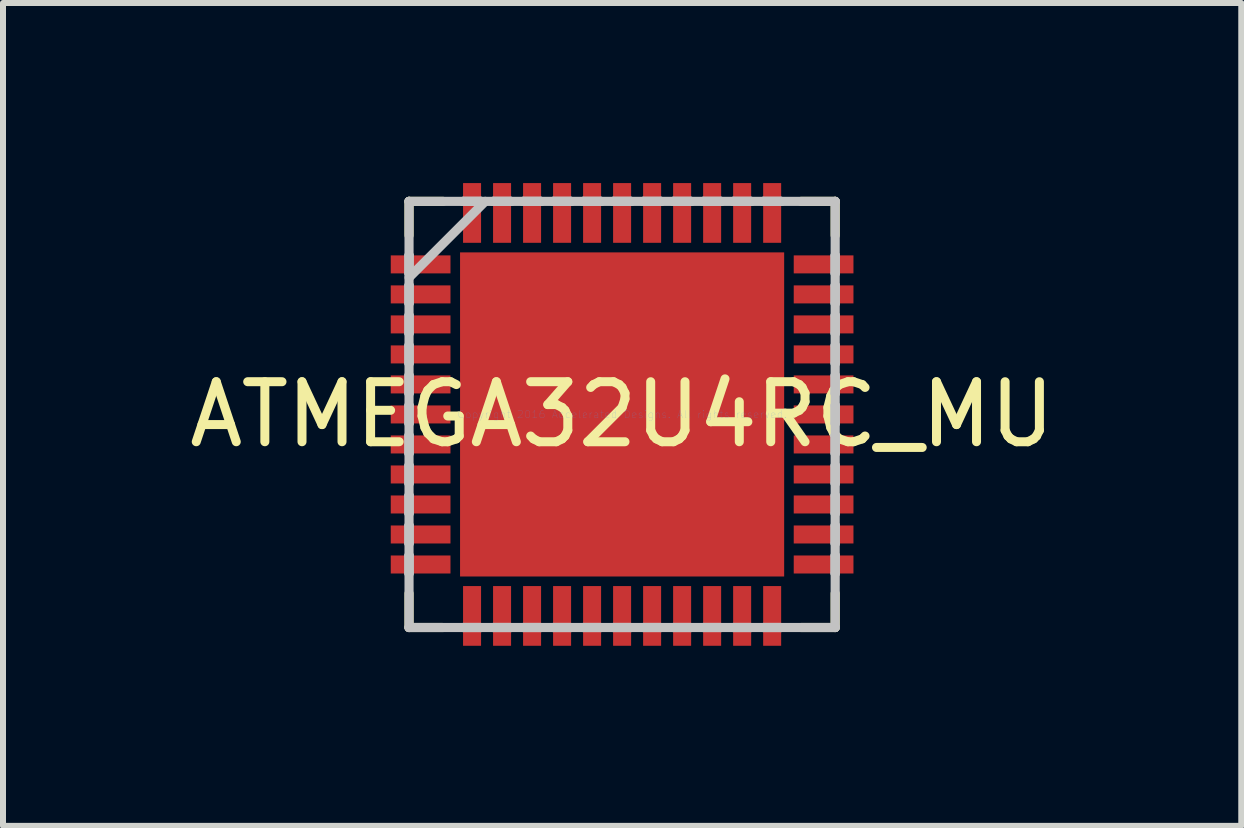
<source format=kicad_pcb>
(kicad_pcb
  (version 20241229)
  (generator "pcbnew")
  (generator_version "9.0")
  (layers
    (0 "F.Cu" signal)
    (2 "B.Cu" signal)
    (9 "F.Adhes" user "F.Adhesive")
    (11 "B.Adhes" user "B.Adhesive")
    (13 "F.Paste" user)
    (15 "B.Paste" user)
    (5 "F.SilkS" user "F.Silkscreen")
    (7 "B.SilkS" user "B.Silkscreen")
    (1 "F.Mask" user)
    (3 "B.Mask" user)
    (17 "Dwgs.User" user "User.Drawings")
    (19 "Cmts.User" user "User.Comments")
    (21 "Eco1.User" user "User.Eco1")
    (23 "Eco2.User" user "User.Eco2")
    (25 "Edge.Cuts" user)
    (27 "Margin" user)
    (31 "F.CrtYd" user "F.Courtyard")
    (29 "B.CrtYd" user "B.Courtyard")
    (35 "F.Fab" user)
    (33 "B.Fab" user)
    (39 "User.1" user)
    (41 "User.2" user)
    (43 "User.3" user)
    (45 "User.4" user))
  (footprint "ATMEGA32U4RC_MU"
    (layer "F.Cu")
    (at 7.315 3.855)
    (property "Reference" "ATMEGA32U4RC_MU" (at 0 0 0) (layer "F.SilkS") (effects (font (size 1 1) (thickness 0.15))))
    (attr through_hole)
    (fp_line (start -3.55 -3.55) (end -3.55 -2.983) (stroke (width 0.152) (type solid)) (layer "F.SilkS"))
    (fp_line (start -3.55 2.983) (end -3.55 3.55) (stroke (width 0.152) (type solid)) (layer "F.SilkS"))
    (fp_line (start -3.55 3.55) (end -2.983 3.55) (stroke (width 0.152) (type solid)) (layer "F.SilkS"))
    (fp_line (start -2.983 -3.55) (end -3.55 -3.55) (stroke (width 0.152) (type solid)) (layer "F.SilkS"))
    (fp_line (start 2.983 3.55) (end 3.55 3.55) (stroke (width 0.152) (type solid)) (layer "F.SilkS"))
    (fp_line (start 3.55 -3.55) (end 2.983 -3.55) (stroke (width 0.152) (type solid)) (layer "F.SilkS"))
    (fp_line (start 3.55 -2.983) (end 3.55 -3.55) (stroke (width 0.152) (type solid)) (layer "F.SilkS"))
    (fp_line (start 3.55 3.55) (end 3.55 2.983) (stroke (width 0.152) (type solid)) (layer "F.SilkS"))
    (fp_line (start -3.55 -3.55) (end -3.55 -3.55) (stroke (width 0.152) (type solid)) (layer "Dwgs.User"))
    (fp_line (start -3.55 -3.55) (end -3.55 3.55) (stroke (width 0.152) (type solid)) (layer "Dwgs.User"))
    (fp_line (start -3.55 -2.65) (end -3.55 -2.65) (stroke (width 0.152) (type solid)) (layer "Dwgs.User"))
    (fp_line (start -3.55 -2.65) (end -3.55 -2.35) (stroke (width 0.152) (type solid)) (layer "Dwgs.User"))
    (fp_line (start -3.55 -2.35) (end -3.55 -2.65) (stroke (width 0.152) (type solid)) (layer "Dwgs.User"))
    (fp_line (start -3.55 -2.35) (end -3.55 -2.35) (stroke (width 0.152) (type solid)) (layer "Dwgs.User"))
    (fp_line (start -3.55 -2.28) (end -2.28 -3.55) (stroke (width 0.152) (type solid)) (layer "Dwgs.User"))
    (fp_line (start -3.55 -2.15) (end -3.55 -2.15) (stroke (width 0.152) (type solid)) (layer "Dwgs.User"))
    (fp_line (start -3.55 -2.15) (end -3.55 -1.85) (stroke (width 0.152) (type solid)) (layer "Dwgs.User"))
    (fp_line (start -3.55 -1.85) (end -3.55 -2.15) (stroke (width 0.152) (type solid)) (layer "Dwgs.User"))
    (fp_line (start -3.55 -1.85) (end -3.55 -1.85) (stroke (width 0.152) (type solid)) (layer "Dwgs.User"))
    (fp_line (start -3.55 -1.65) (end -3.55 -1.65) (stroke (width 0.152) (type solid)) (layer "Dwgs.User"))
    (fp_line (start -3.55 -1.65) (end -3.55 -1.35) (stroke (width 0.152) (type solid)) (layer "Dwgs.User"))
    (fp_line (start -3.55 -1.35) (end -3.55 -1.65) (stroke (width 0.152) (type solid)) (layer "Dwgs.User"))
    (fp_line (start -3.55 -1.35) (end -3.55 -1.35) (stroke (width 0.152) (type solid)) (layer "Dwgs.User"))
    (fp_line (start -3.55 -1.15) (end -3.55 -1.15) (stroke (width 0.152) (type solid)) (layer "Dwgs.User"))
    (fp_line (start -3.55 -1.15) (end -3.55 -0.85) (stroke (width 0.152) (type solid)) (layer "Dwgs.User"))
    (fp_line (start -3.55 -0.85) (end -3.55 -1.15) (stroke (width 0.152) (type solid)) (layer "Dwgs.User"))
    (fp_line (start -3.55 -0.85) (end -3.55 -0.85) (stroke (width 0.152) (type solid)) (layer "Dwgs.User"))
    (fp_line (start -3.55 -0.65) (end -3.55 -0.65) (stroke (width 0.152) (type solid)) (layer "Dwgs.User"))
    (fp_line (start -3.55 -0.65) (end -3.55 -0.35) (stroke (width 0.152) (type solid)) (layer "Dwgs.User"))
    (fp_line (start -3.55 -0.35) (end -3.55 -0.65) (stroke (width 0.152) (type solid)) (layer "Dwgs.User"))
    (fp_line (start -3.55 -0.35) (end -3.55 -0.35) (stroke (width 0.152) (type solid)) (layer "Dwgs.User"))
    (fp_line (start -3.55 -0.15) (end -3.55 -0.15) (stroke (width 0.152) (type solid)) (layer "Dwgs.User"))
    (fp_line (start -3.55 -0.15) (end -3.55 0.15) (stroke (width 0.152) (type solid)) (layer "Dwgs.User"))
    (fp_line (start -3.55 0.15) (end -3.55 -0.15) (stroke (width 0.152) (type solid)) (layer "Dwgs.User"))
    (fp_line (start -3.55 0.15) (end -3.55 0.15) (stroke (width 0.152) (type solid)) (layer "Dwgs.User"))
    (fp_line (start -3.55 0.35) (end -3.55 0.35) (stroke (width 0.152) (type solid)) (layer "Dwgs.User"))
    (fp_line (start -3.55 0.35) (end -3.55 0.65) (stroke (width 0.152) (type solid)) (layer "Dwgs.User"))
    (fp_line (start -3.55 0.65) (end -3.55 0.35) (stroke (width 0.152) (type solid)) (layer "Dwgs.User"))
    (fp_line (start -3.55 0.65) (end -3.55 0.65) (stroke (width 0.152) (type solid)) (layer "Dwgs.User"))
    (fp_line (start -3.55 0.85) (end -3.55 0.85) (stroke (width 0.152) (type solid)) (layer "Dwgs.User"))
    (fp_line (start -3.55 0.85) (end -3.55 1.15) (stroke (width 0.152) (type solid)) (layer "Dwgs.User"))
    (fp_line (start -3.55 1.15) (end -3.55 0.85) (stroke (width 0.152) (type solid)) (layer "Dwgs.User"))
    (fp_line (start -3.55 1.15) (end -3.55 1.15) (stroke (width 0.152) (type solid)) (layer "Dwgs.User"))
    (fp_line (start -3.55 1.35) (end -3.55 1.35) (stroke (width 0.152) (type solid)) (layer "Dwgs.User"))
    (fp_line (start -3.55 1.35) (end -3.55 1.65) (stroke (width 0.152) (type solid)) (layer "Dwgs.User"))
    (fp_line (start -3.55 1.65) (end -3.55 1.35) (stroke (width 0.152) (type solid)) (layer "Dwgs.User"))
    (fp_line (start -3.55 1.65) (end -3.55 1.65) (stroke (width 0.152) (type solid)) (layer "Dwgs.User"))
    (fp_line (start -3.55 1.85) (end -3.55 1.85) (stroke (width 0.152) (type solid)) (layer "Dwgs.User"))
    (fp_line (start -3.55 1.85) (end -3.55 2.15) (stroke (width 0.152) (type solid)) (layer "Dwgs.User"))
    (fp_line (start -3.55 2.15) (end -3.55 1.85) (stroke (width 0.152) (type solid)) (layer "Dwgs.User"))
    (fp_line (start -3.55 2.15) (end -3.55 2.15) (stroke (width 0.152) (type solid)) (layer "Dwgs.User"))
    (fp_line (start -3.55 2.35) (end -3.55 2.35) (stroke (width 0.152) (type solid)) (layer "Dwgs.User"))
    (fp_line (start -3.55 2.35) (end -3.55 2.65) (stroke (width 0.152) (type solid)) (layer "Dwgs.User"))
    (fp_line (start -3.55 2.65) (end -3.55 2.35) (stroke (width 0.152) (type solid)) (layer "Dwgs.User"))
    (fp_line (start -3.55 2.65) (end -3.55 2.65) (stroke (width 0.152) (type solid)) (layer "Dwgs.User"))
    (fp_line (start -3.55 3.55) (end -3.55 3.55) (stroke (width 0.152) (type solid)) (layer "Dwgs.User"))
    (fp_line (start -3.55 3.55) (end 3.55 3.55) (stroke (width 0.152) (type solid)) (layer "Dwgs.User"))
    (fp_line (start -2.65 -3.55) (end -2.65 -3.55) (stroke (width 0.152) (type solid)) (layer "Dwgs.User"))
    (fp_line (start -2.65 -3.55) (end -2.35 -3.55) (stroke (width 0.152) (type solid)) (layer "Dwgs.User"))
    (fp_line (start -2.65 3.55) (end -2.65 3.55) (stroke (width 0.152) (type solid)) (layer "Dwgs.User"))
    (fp_line (start -2.65 3.55) (end -2.35 3.55) (stroke (width 0.152) (type solid)) (layer "Dwgs.User"))
    (fp_line (start -2.35 -3.55) (end -2.65 -3.55) (stroke (width 0.152) (type solid)) (layer "Dwgs.User"))
    (fp_line (start -2.35 -3.55) (end -2.35 -3.55) (stroke (width 0.152) (type solid)) (layer "Dwgs.User"))
    (fp_line (start -2.35 3.55) (end -2.65 3.55) (stroke (width 0.152) (type solid)) (layer "Dwgs.User"))
    (fp_line (start -2.35 3.55) (end -2.35 3.55) (stroke (width 0.152) (type solid)) (layer "Dwgs.User"))
    (fp_line (start -2.15 -3.55) (end -2.15 -3.55) (stroke (width 0.152) (type solid)) (layer "Dwgs.User"))
    (fp_line (start -2.15 -3.55) (end -1.85 -3.55) (stroke (width 0.152) (type solid)) (layer "Dwgs.User"))
    (fp_line (start -2.15 3.55) (end -2.15 3.55) (stroke (width 0.152) (type solid)) (layer "Dwgs.User"))
    (fp_line (start -2.15 3.55) (end -1.85 3.55) (stroke (width 0.152) (type solid)) (layer "Dwgs.User"))
    (fp_line (start -1.85 -3.55) (end -2.15 -3.55) (stroke (width 0.152) (type solid)) (layer "Dwgs.User"))
    (fp_line (start -1.85 -3.55) (end -1.85 -3.55) (stroke (width 0.152) (type solid)) (layer "Dwgs.User"))
    (fp_line (start -1.85 3.55) (end -2.15 3.55) (stroke (width 0.152) (type solid)) (layer "Dwgs.User"))
    (fp_line (start -1.85 3.55) (end -1.85 3.55) (stroke (width 0.152) (type solid)) (layer "Dwgs.User"))
    (fp_line (start -1.65 -3.55) (end -1.65 -3.55) (stroke (width 0.152) (type solid)) (layer "Dwgs.User"))
    (fp_line (start -1.65 -3.55) (end -1.35 -3.55) (stroke (width 0.152) (type solid)) (layer "Dwgs.User"))
    (fp_line (start -1.65 3.55) (end -1.65 3.55) (stroke (width 0.152) (type solid)) (layer "Dwgs.User"))
    (fp_line (start -1.65 3.55) (end -1.35 3.55) (stroke (width 0.152) (type solid)) (layer "Dwgs.User"))
    (fp_line (start -1.35 -3.55) (end -1.65 -3.55) (stroke (width 0.152) (type solid)) (layer "Dwgs.User"))
    (fp_line (start -1.35 -3.55) (end -1.35 -3.55) (stroke (width 0.152) (type solid)) (layer "Dwgs.User"))
    (fp_line (start -1.35 3.55) (end -1.65 3.55) (stroke (width 0.152) (type solid)) (layer "Dwgs.User"))
    (fp_line (start -1.35 3.55) (end -1.35 3.55) (stroke (width 0.152) (type solid)) (layer "Dwgs.User"))
    (fp_line (start -1.15 -3.55) (end -1.15 -3.55) (stroke (width 0.152) (type solid)) (layer "Dwgs.User"))
    (fp_line (start -1.15 -3.55) (end -0.85 -3.55) (stroke (width 0.152) (type solid)) (layer "Dwgs.User"))
    (fp_line (start -1.15 3.55) (end -1.15 3.55) (stroke (width 0.152) (type solid)) (layer "Dwgs.User"))
    (fp_line (start -1.15 3.55) (end -0.85 3.55) (stroke (width 0.152) (type solid)) (layer "Dwgs.User"))
    (fp_line (start -0.85 -3.55) (end -1.15 -3.55) (stroke (width 0.152) (type solid)) (layer "Dwgs.User"))
    (fp_line (start -0.85 -3.55) (end -0.85 -3.55) (stroke (width 0.152) (type solid)) (layer "Dwgs.User"))
    (fp_line (start -0.85 3.55) (end -1.15 3.55) (stroke (width 0.152) (type solid)) (layer "Dwgs.User"))
    (fp_line (start -0.85 3.55) (end -0.85 3.55) (stroke (width 0.152) (type solid)) (layer "Dwgs.User"))
    (fp_line (start -0.65 -3.55) (end -0.65 -3.55) (stroke (width 0.152) (type solid)) (layer "Dwgs.User"))
    (fp_line (start -0.65 -3.55) (end -0.35 -3.55) (stroke (width 0.152) (type solid)) (layer "Dwgs.User"))
    (fp_line (start -0.65 3.55) (end -0.65 3.55) (stroke (width 0.152) (type solid)) (layer "Dwgs.User"))
    (fp_line (start -0.65 3.55) (end -0.35 3.55) (stroke (width 0.152) (type solid)) (layer "Dwgs.User"))
    (fp_line (start -0.35 -3.55) (end -0.65 -3.55) (stroke (width 0.152) (type solid)) (layer "Dwgs.User"))
    (fp_line (start -0.35 -3.55) (end -0.35 -3.55) (stroke (width 0.152) (type solid)) (layer "Dwgs.User"))
    (fp_line (start -0.35 3.55) (end -0.65 3.55) (stroke (width 0.152) (type solid)) (layer "Dwgs.User"))
    (fp_line (start -0.35 3.55) (end -0.35 3.55) (stroke (width 0.152) (type solid)) (layer "Dwgs.User"))
    (fp_line (start -0.15 -3.55) (end -0.15 -3.55) (stroke (width 0.152) (type solid)) (layer "Dwgs.User"))
    (fp_line (start -0.15 -3.55) (end 0.15 -3.55) (stroke (width 0.152) (type solid)) (layer "Dwgs.User"))
    (fp_line (start -0.15 3.55) (end -0.15 3.55) (stroke (width 0.152) (type solid)) (layer "Dwgs.User"))
    (fp_line (start -0.15 3.55) (end 0.15 3.55) (stroke (width 0.152) (type solid)) (layer "Dwgs.User"))
    (fp_line (start 0.15 -3.55) (end -0.15 -3.55) (stroke (width 0.152) (type solid)) (layer "Dwgs.User"))
    (fp_line (start 0.15 -3.55) (end 0.15 -3.55) (stroke (width 0.152) (type solid)) (layer "Dwgs.User"))
    (fp_line (start 0.15 3.55) (end -0.15 3.55) (stroke (width 0.152) (type solid)) (layer "Dwgs.User"))
    (fp_line (start 0.15 3.55) (end 0.15 3.55) (stroke (width 0.152) (type solid)) (layer "Dwgs.User"))
    (fp_line (start 0.35 -3.55) (end 0.35 -3.55) (stroke (width 0.152) (type solid)) (layer "Dwgs.User"))
    (fp_line (start 0.35 -3.55) (end 0.65 -3.55) (stroke (width 0.152) (type solid)) (layer "Dwgs.User"))
    (fp_line (start 0.35 3.55) (end 0.35 3.55) (stroke (width 0.152) (type solid)) (layer "Dwgs.User"))
    (fp_line (start 0.35 3.55) (end 0.65 3.55) (stroke (width 0.152) (type solid)) (layer "Dwgs.User"))
    (fp_line (start 0.65 -3.55) (end 0.35 -3.55) (stroke (width 0.152) (type solid)) (layer "Dwgs.User"))
    (fp_line (start 0.65 -3.55) (end 0.65 -3.55) (stroke (width 0.152) (type solid)) (layer "Dwgs.User"))
    (fp_line (start 0.65 3.55) (end 0.35 3.55) (stroke (width 0.152) (type solid)) (layer "Dwgs.User"))
    (fp_line (start 0.65 3.55) (end 0.65 3.55) (stroke (width 0.152) (type solid)) (layer "Dwgs.User"))
    (fp_line (start 0.85 -3.55) (end 0.85 -3.55) (stroke (width 0.152) (type solid)) (layer "Dwgs.User"))
    (fp_line (start 0.85 -3.55) (end 1.15 -3.55) (stroke (width 0.152) (type solid)) (layer "Dwgs.User"))
    (fp_line (start 0.85 3.55) (end 0.85 3.55) (stroke (width 0.152) (type solid)) (layer "Dwgs.User"))
    (fp_line (start 0.85 3.55) (end 1.15 3.55) (stroke (width 0.152) (type solid)) (layer "Dwgs.User"))
    (fp_line (start 1.15 -3.55) (end 0.85 -3.55) (stroke (width 0.152) (type solid)) (layer "Dwgs.User"))
    (fp_line (start 1.15 -3.55) (end 1.15 -3.55) (stroke (width 0.152) (type solid)) (layer "Dwgs.User"))
    (fp_line (start 1.15 3.55) (end 0.85 3.55) (stroke (width 0.152) (type solid)) (layer "Dwgs.User"))
    (fp_line (start 1.15 3.55) (end 1.15 3.55) (stroke (width 0.152) (type solid)) (layer "Dwgs.User"))
    (fp_line (start 1.35 -3.55) (end 1.35 -3.55) (stroke (width 0.152) (type solid)) (layer "Dwgs.User"))
    (fp_line (start 1.35 -3.55) (end 1.65 -3.55) (stroke (width 0.152) (type solid)) (layer "Dwgs.User"))
    (fp_line (start 1.35 3.55) (end 1.35 3.55) (stroke (width 0.152) (type solid)) (layer "Dwgs.User"))
    (fp_line (start 1.35 3.55) (end 1.65 3.55) (stroke (width 0.152) (type solid)) (layer "Dwgs.User"))
    (fp_line (start 1.65 -3.55) (end 1.35 -3.55) (stroke (width 0.152) (type solid)) (layer "Dwgs.User"))
    (fp_line (start 1.65 -3.55) (end 1.65 -3.55) (stroke (width 0.152) (type solid)) (layer "Dwgs.User"))
    (fp_line (start 1.65 3.55) (end 1.35 3.55) (stroke (width 0.152) (type solid)) (layer "Dwgs.User"))
    (fp_line (start 1.65 3.55) (end 1.65 3.55) (stroke (width 0.152) (type solid)) (layer "Dwgs.User"))
    (fp_line (start 1.85 -3.55) (end 1.85 -3.55) (stroke (width 0.152) (type solid)) (layer "Dwgs.User"))
    (fp_line (start 1.85 -3.55) (end 2.15 -3.55) (stroke (width 0.152) (type solid)) (layer "Dwgs.User"))
    (fp_line (start 1.85 3.55) (end 1.85 3.55) (stroke (width 0.152) (type solid)) (layer "Dwgs.User"))
    (fp_line (start 1.85 3.55) (end 2.15 3.55) (stroke (width 0.152) (type solid)) (layer "Dwgs.User"))
    (fp_line (start 2.15 -3.55) (end 1.85 -3.55) (stroke (width 0.152) (type solid)) (layer "Dwgs.User"))
    (fp_line (start 2.15 -3.55) (end 2.15 -3.55) (stroke (width 0.152) (type solid)) (layer "Dwgs.User"))
    (fp_line (start 2.15 3.55) (end 1.85 3.55) (stroke (width 0.152) (type solid)) (layer "Dwgs.User"))
    (fp_line (start 2.15 3.55) (end 2.15 3.55) (stroke (width 0.152) (type solid)) (layer "Dwgs.User"))
    (fp_line (start 2.35 -3.55) (end 2.35 -3.55) (stroke (width 0.152) (type solid)) (layer "Dwgs.User"))
    (fp_line (start 2.35 -3.55) (end 2.65 -3.55) (stroke (width 0.152) (type solid)) (layer "Dwgs.User"))
    (fp_line (start 2.35 3.55) (end 2.35 3.55) (stroke (width 0.152) (type solid)) (layer "Dwgs.User"))
    (fp_line (start 2.35 3.55) (end 2.65 3.55) (stroke (width 0.152) (type solid)) (layer "Dwgs.User"))
    (fp_line (start 2.65 -3.55) (end 2.35 -3.55) (stroke (width 0.152) (type solid)) (layer "Dwgs.User"))
    (fp_line (start 2.65 -3.55) (end 2.65 -3.55) (stroke (width 0.152) (type solid)) (layer "Dwgs.User"))
    (fp_line (start 2.65 3.55) (end 2.35 3.55) (stroke (width 0.152) (type solid)) (layer "Dwgs.User"))
    (fp_line (start 2.65 3.55) (end 2.65 3.55) (stroke (width 0.152) (type solid)) (layer "Dwgs.User"))
    (fp_line (start 3.55 -3.55) (end -3.55 -3.55) (stroke (width 0.152) (type solid)) (layer "Dwgs.User"))
    (fp_line (start 3.55 -3.55) (end 3.55 -3.55) (stroke (width 0.152) (type solid)) (layer "Dwgs.User"))
    (fp_line (start 3.55 -2.65) (end 3.55 -2.65) (stroke (width 0.152) (type solid)) (layer "Dwgs.User"))
    (fp_line (start 3.55 -2.65) (end 3.55 -2.35) (stroke (width 0.152) (type solid)) (layer "Dwgs.User"))
    (fp_line (start 3.55 -2.35) (end 3.55 -2.65) (stroke (width 0.152) (type solid)) (layer "Dwgs.User"))
    (fp_line (start 3.55 -2.35) (end 3.55 -2.35) (stroke (width 0.152) (type solid)) (layer "Dwgs.User"))
    (fp_line (start 3.55 -2.15) (end 3.55 -2.15) (stroke (width 0.152) (type solid)) (layer "Dwgs.User"))
    (fp_line (start 3.55 -2.15) (end 3.55 -1.85) (stroke (width 0.152) (type solid)) (layer "Dwgs.User"))
    (fp_line (start 3.55 -1.85) (end 3.55 -2.15) (stroke (width 0.152) (type solid)) (layer "Dwgs.User"))
    (fp_line (start 3.55 -1.85) (end 3.55 -1.85) (stroke (width 0.152) (type solid)) (layer "Dwgs.User"))
    (fp_line (start 3.55 -1.65) (end 3.55 -1.65) (stroke (width 0.152) (type solid)) (layer "Dwgs.User"))
    (fp_line (start 3.55 -1.65) (end 3.55 -1.35) (stroke (width 0.152) (type solid)) (layer "Dwgs.User"))
    (fp_line (start 3.55 -1.35) (end 3.55 -1.65) (stroke (width 0.152) (type solid)) (layer "Dwgs.User"))
    (fp_line (start 3.55 -1.35) (end 3.55 -1.35) (stroke (width 0.152) (type solid)) (layer "Dwgs.User"))
    (fp_line (start 3.55 -1.15) (end 3.55 -1.15) (stroke (width 0.152) (type solid)) (layer "Dwgs.User"))
    (fp_line (start 3.55 -1.15) (end 3.55 -0.85) (stroke (width 0.152) (type solid)) (layer "Dwgs.User"))
    (fp_line (start 3.55 -0.85) (end 3.55 -1.15) (stroke (width 0.152) (type solid)) (layer "Dwgs.User"))
    (fp_line (start 3.55 -0.85) (end 3.55 -0.85) (stroke (width 0.152) (type solid)) (layer "Dwgs.User"))
    (fp_line (start 3.55 -0.65) (end 3.55 -0.65) (stroke (width 0.152) (type solid)) (layer "Dwgs.User"))
    (fp_line (start 3.55 -0.65) (end 3.55 -0.35) (stroke (width 0.152) (type solid)) (layer "Dwgs.User"))
    (fp_line (start 3.55 -0.35) (end 3.55 -0.65) (stroke (width 0.152) (type solid)) (layer "Dwgs.User"))
    (fp_line (start 3.55 -0.35) (end 3.55 -0.35) (stroke (width 0.152) (type solid)) (layer "Dwgs.User"))
    (fp_line (start 3.55 -0.15) (end 3.55 -0.15) (stroke (width 0.152) (type solid)) (layer "Dwgs.User"))
    (fp_line (start 3.55 -0.15) (end 3.55 0.15) (stroke (width 0.152) (type solid)) (layer "Dwgs.User"))
    (fp_line (start 3.55 0.15) (end 3.55 -0.15) (stroke (width 0.152) (type solid)) (layer "Dwgs.User"))
    (fp_line (start 3.55 0.15) (end 3.55 0.15) (stroke (width 0.152) (type solid)) (layer "Dwgs.User"))
    (fp_line (start 3.55 0.35) (end 3.55 0.35) (stroke (width 0.152) (type solid)) (layer "Dwgs.User"))
    (fp_line (start 3.55 0.35) (end 3.55 0.65) (stroke (width 0.152) (type solid)) (layer "Dwgs.User"))
    (fp_line (start 3.55 0.65) (end 3.55 0.35) (stroke (width 0.152) (type solid)) (layer "Dwgs.User"))
    (fp_line (start 3.55 0.65) (end 3.55 0.65) (stroke (width 0.152) (type solid)) (layer "Dwgs.User"))
    (fp_line (start 3.55 0.85) (end 3.55 0.85) (stroke (width 0.152) (type solid)) (layer "Dwgs.User"))
    (fp_line (start 3.55 0.85) (end 3.55 1.15) (stroke (width 0.152) (type solid)) (layer "Dwgs.User"))
    (fp_line (start 3.55 1.15) (end 3.55 0.85) (stroke (width 0.152) (type solid)) (layer "Dwgs.User"))
    (fp_line (start 3.55 1.15) (end 3.55 1.15) (stroke (width 0.152) (type solid)) (layer "Dwgs.User"))
    (fp_line (start 3.55 1.35) (end 3.55 1.35) (stroke (width 0.152) (type solid)) (layer "Dwgs.User"))
    (fp_line (start 3.55 1.35) (end 3.55 1.65) (stroke (width 0.152) (type solid)) (layer "Dwgs.User"))
    (fp_line (start 3.55 1.65) (end 3.55 1.35) (stroke (width 0.152) (type solid)) (layer "Dwgs.User"))
    (fp_line (start 3.55 1.65) (end 3.55 1.65) (stroke (width 0.152) (type solid)) (layer "Dwgs.User"))
    (fp_line (start 3.55 1.85) (end 3.55 1.85) (stroke (width 0.152) (type solid)) (layer "Dwgs.User"))
    (fp_line (start 3.55 1.85) (end 3.55 2.15) (stroke (width 0.152) (type solid)) (layer "Dwgs.User"))
    (fp_line (start 3.55 2.15) (end 3.55 1.85) (stroke (width 0.152) (type solid)) (layer "Dwgs.User"))
    (fp_line (start 3.55 2.15) (end 3.55 2.15) (stroke (width 0.152) (type solid)) (layer "Dwgs.User"))
    (fp_line (start 3.55 2.35) (end 3.55 2.35) (stroke (width 0.152) (type solid)) (layer "Dwgs.User"))
    (fp_line (start 3.55 2.35) (end 3.55 2.65) (stroke (width 0.152) (type solid)) (layer "Dwgs.User"))
    (fp_line (start 3.55 2.65) (end 3.55 2.35) (stroke (width 0.152) (type solid)) (layer "Dwgs.User"))
    (fp_line (start 3.55 2.65) (end 3.55 2.65) (stroke (width 0.152) (type solid)) (layer "Dwgs.User"))
    (fp_line (start 3.55 3.55) (end 3.55 -3.55) (stroke (width 0.152) (type solid)) (layer "Dwgs.User"))
    (fp_line (start 3.55 3.55) (end 3.55 3.55) (stroke (width 0.152) (type solid)) (layer "Dwgs.User"))
    (fp_text user "Copyright 2016 Accelerated Designs. All rights reserved." (at 0 0 0) (layer "Cmts.User") (effects (font (size 0.127 0.127) (thickness 0.002))))
    (pad "" smd rect (at 0 0) (size 0.025 0.025) (layers "F.Paste"))
    (pad "1" smd rect (at 0 -3.357) (size 0.3 0.995) (layers "F.Cu"))
    (pad "2" smd rect (at -0.5 -3.357) (size 0.3 0.995) (layers "F.Cu"))
    (pad "3" smd rect (at -1 -3.357) (size 0.3 0.995) (layers "F.Cu"))
    (pad "4" smd rect (at -1.5 -3.357) (size 0.3 0.995) (layers "F.Cu"))
    (pad "5" smd rect (at -2 -3.357) (size 0.3 0.995) (layers "F.Cu"))
    (pad "6" smd rect (at -2.5 -3.357) (size 0.3 0.995) (layers "F.Cu"))
    (pad "7" smd rect (at -3.357 -2.5 90) (size 0.3 0.995) (layers "F.Cu"))
    (pad "8" smd rect (at -3.357 -2 90) (size 0.3 0.995) (layers "F.Cu"))
    (pad "9" smd rect (at -3.357 -1.5 90) (size 0.3 0.995) (layers "F.Cu"))
    (pad "10" smd rect (at -3.357 -1 90) (size 0.3 0.995) (layers "F.Cu"))
    (pad "11" smd rect (at -3.357 -0.5 90) (size 0.3 0.995) (layers "F.Cu"))
    (pad "12" smd rect (at -3.357 0 90) (size 0.3 0.995) (layers "F.Cu"))
    (pad "13" smd rect (at -3.357 0.5 90) (size 0.3 0.995) (layers "F.Cu"))
    (pad "14" smd rect (at -3.357 1 90) (size 0.3 0.995) (layers "F.Cu"))
    (pad "15" smd rect (at -3.357 1.5 90) (size 0.3 0.995) (layers "F.Cu"))
    (pad "16" smd rect (at -3.357 2 90) (size 0.3 0.995) (layers "F.Cu"))
    (pad "17" smd rect (at -3.357 2.5 90) (size 0.3 0.995) (layers "F.Cu"))
    (pad "18" smd rect (at -2.5 3.357) (size 0.3 0.995) (layers "F.Cu"))
    (pad "19" smd rect (at -2 3.357) (size 0.3 0.995) (layers "F.Cu"))
    (pad "20" smd rect (at -1.5 3.357) (size 0.3 0.995) (layers "F.Cu"))
    (pad "21" smd rect (at -1 3.357) (size 0.3 0.995) (layers "F.Cu"))
    (pad "22" smd rect (at -0.5 3.357) (size 0.3 0.995) (layers "F.Cu"))
    (pad "23" smd rect (at 0 3.357) (size 0.3 0.995) (layers "F.Cu"))
    (pad "24" smd rect (at 0.5 3.357) (size 0.3 0.995) (layers "F.Cu"))
    (pad "25" smd rect (at 1 3.357) (size 0.3 0.995) (layers "F.Cu"))
    (pad "26" smd rect (at 1.5 3.357) (size 0.3 0.995) (layers "F.Cu"))
    (pad "27" smd rect (at 2 3.357) (size 0.3 0.995) (layers "F.Cu"))
    (pad "28" smd rect (at 2.5 3.357) (size 0.3 0.995) (layers "F.Cu"))
    (pad "29" smd rect (at 3.357 2.5 90) (size 0.3 0.995) (layers "F.Cu"))
    (pad "30" smd rect (at 3.357 2 90) (size 0.3 0.995) (layers "F.Cu"))
    (pad "31" smd rect (at 3.357 1.5 90) (size 0.3 0.995) (layers "F.Cu"))
    (pad "32" smd rect (at 3.357 1 90) (size 0.3 0.995) (layers "F.Cu"))
    (pad "33" smd rect (at 3.357 0.5 90) (size 0.3 0.995) (layers "F.Cu"))
    (pad "34" smd rect (at 3.357 0 90) (size 0.3 0.995) (layers "F.Cu"))
    (pad "35" smd rect (at 3.357 -0.5 90) (size 0.3 0.995) (layers "F.Cu"))
    (pad "36" smd rect (at 3.357 -1 90) (size 0.3 0.995) (layers "F.Cu"))
    (pad "37" smd rect (at 3.357 -1.5 90) (size 0.3 0.995) (layers "F.Cu"))
    (pad "38" smd rect (at 3.357 -2 90) (size 0.3 0.995) (layers "F.Cu"))
    (pad "39" smd rect (at 3.357 -2.5 90) (size 0.3 0.995) (layers "F.Cu"))
    (pad "40" smd rect (at 2.5 -3.357) (size 0.3 0.995) (layers "F.Cu"))
    (pad "41" smd rect (at 2 -3.357) (size 0.3 0.995) (layers "F.Cu"))
    (pad "42" smd rect (at 1.5 -3.357) (size 0.3 0.995) (layers "F.Cu"))
    (pad "43" smd rect (at 1 -3.357) (size 0.3 0.995) (layers "F.Cu"))
    (pad "44" smd rect (at 0.5 -3.357) (size 0.3 0.995) (layers "F.Cu"))
    (pad "45" smd rect (at 0 0) (size 5.4 5.4) (layers "F.Cu")))
  (gr_rect
    (start -3 -3)
    (end 17.631 10.71)
    (stroke (width 0.1) (type default))
    (fill no)
    (layer "Edge.Cuts")))
</source>
